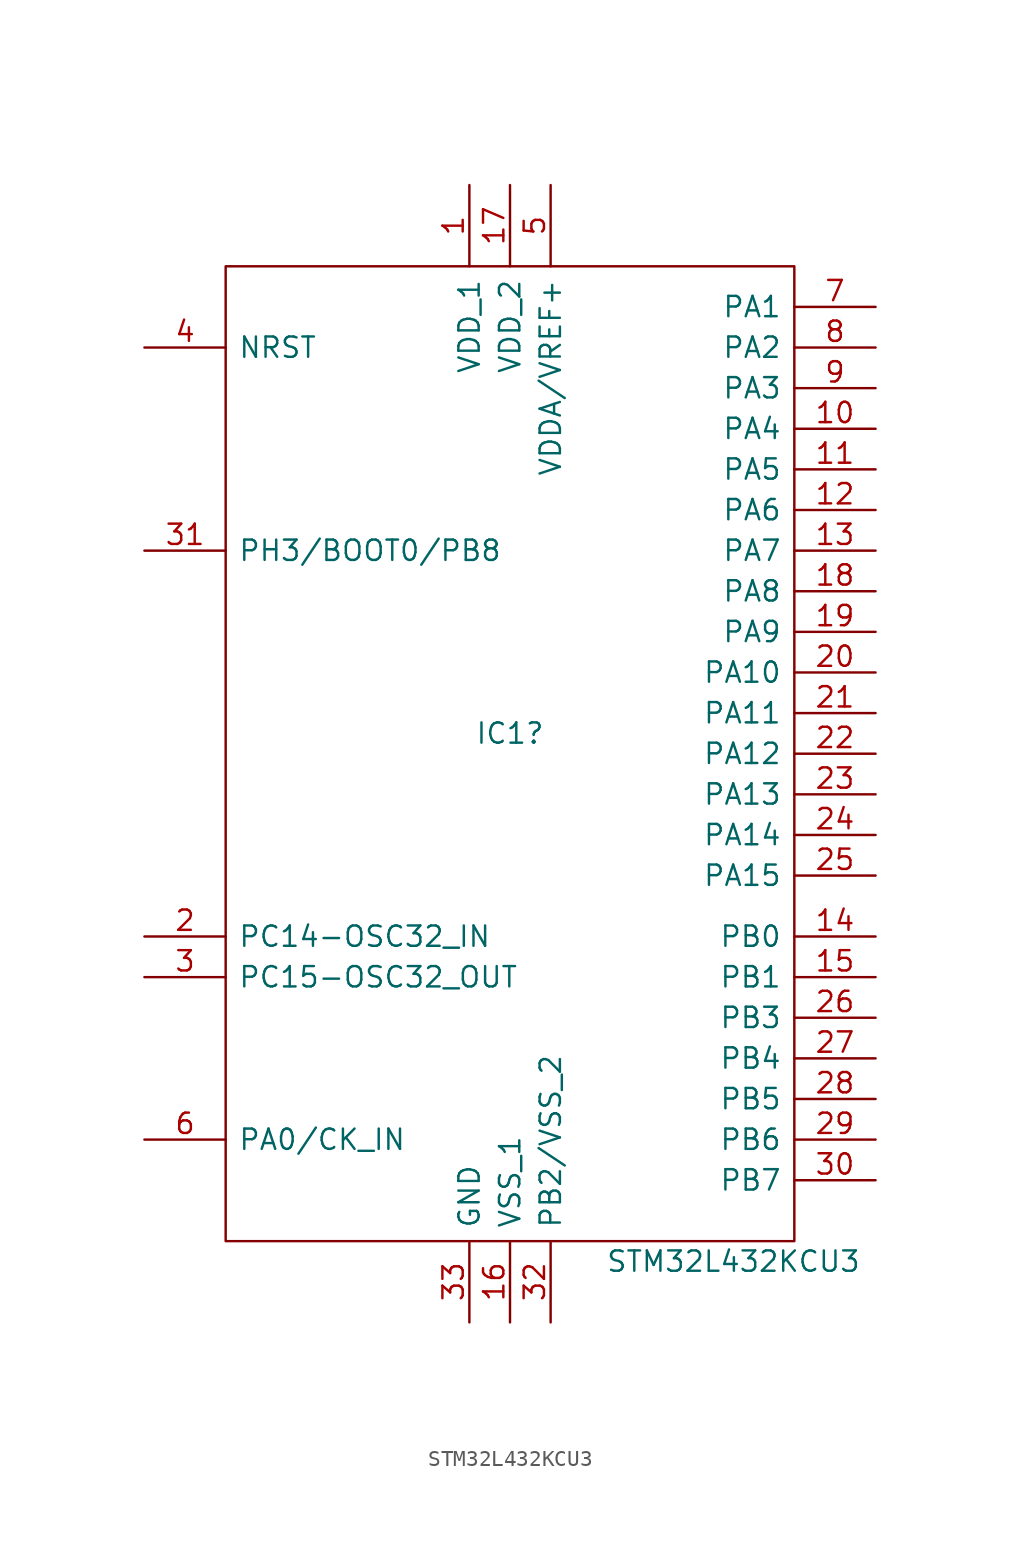
<source format=kicad_sym>
(kicad_symbol_lib
  (version 20211014)
  (generator kicad_symbol_editor)
  (symbol "STM32L432KCU3"
    (pin_names
      (offset 0.762))
    (property "Reference" "IC1"
      (at 22.86 -11.43 0)
      (effects (font (size 1.27 1.27))))
    (property "Value" "STM32L432KCU3"
      (at 36.83 -44.45 0)
      (effects (font (size 1.27 1.27))))
    (symbol "STM32L432KCU3_0_0"
      (pin passive line (at 20.32 22.86 270) (length 5.08) (name "VDD_1" (effects (font (size 1.27 1.27)))) (number "1" (effects (font (size 1.27 1.27)))))
      (pin passive line (at 45.72 7.62 180) (length 5.08) (name "PA4" (effects (font (size 1.27 1.27)))) (number "10" (effects (font (size 1.27 1.27)))))
      (pin passive line (at 45.72 5.08 180) (length 5.08) (name "PA5" (effects (font (size 1.27 1.27)))) (number "11" (effects (font (size 1.27 1.27)))))
      (pin passive line (at 45.72 2.54 180) (length 5.08) (name "PA6" (effects (font (size 1.27 1.27)))) (number "12" (effects (font (size 1.27 1.27)))))
      (pin passive line (at 45.72 0 180) (length 5.08) (name "PA7" (effects (font (size 1.27 1.27)))) (number "13" (effects (font (size 1.27 1.27)))))
      (pin passive line (at 45.72 -24.13 180) (length 5.08) (name "PB0" (effects (font (size 1.27 1.27)))) (number "14" (effects (font (size 1.27 1.27)))))
      (pin passive line (at 45.72 -26.67 180) (length 5.08) (name "PB1" (effects (font (size 1.27 1.27)))) (number "15" (effects (font (size 1.27 1.27)))))
      (pin passive line (at 22.86 -48.26 90) (length 5.08) (name "VSS_1" (effects (font (size 1.27 1.27)))) (number "16" (effects (font (size 1.27 1.27)))))
      (pin passive line (at 22.86 22.86 270) (length 5.08) (name "VDD_2" (effects (font (size 1.27 1.27)))) (number "17" (effects (font (size 1.27 1.27)))))
      (pin passive line (at 45.72 -2.54 180) (length 5.08) (name "PA8" (effects (font (size 1.27 1.27)))) (number "18" (effects (font (size 1.27 1.27)))))
      (pin passive line (at 45.72 -5.08 180) (length 5.08) (name "PA9" (effects (font (size 1.27 1.27)))) (number "19" (effects (font (size 1.27 1.27)))))
      (pin passive line (at 0 -24.13 0) (length 5.08) (name "PC14-OSC32_IN" (effects (font (size 1.27 1.27)))) (number "2" (effects (font (size 1.27 1.27)))))
      (pin passive line (at 45.72 -7.62 180) (length 5.08) (name "PA10" (effects (font (size 1.27 1.27)))) (number "20" (effects (font (size 1.27 1.27)))))
      (pin passive line (at 45.72 -10.16 180) (length 5.08) (name "PA11" (effects (font (size 1.27 1.27)))) (number "21" (effects (font (size 1.27 1.27)))))
      (pin passive line (at 45.72 -12.7 180) (length 5.08) (name "PA12" (effects (font (size 1.27 1.27)))) (number "22" (effects (font (size 1.27 1.27)))))
      (pin passive line (at 45.72 -15.24 180) (length 5.08) (name "PA13" (effects (font (size 1.27 1.27)))) (number "23" (effects (font (size 1.27 1.27)))))
      (pin passive line (at 45.72 -17.78 180) (length 5.08) (name "PA14" (effects (font (size 1.27 1.27)))) (number "24" (effects (font (size 1.27 1.27)))))
      (pin passive line (at 45.72 -20.32 180) (length 5.08) (name "PA15" (effects (font (size 1.27 1.27)))) (number "25" (effects (font (size 1.27 1.27)))))
      (pin passive line (at 45.72 -29.21 180) (length 5.08) (name "PB3" (effects (font (size 1.27 1.27)))) (number "26" (effects (font (size 1.27 1.27)))))
      (pin passive line (at 45.72 -31.75 180) (length 5.08) (name "PB4" (effects (font (size 1.27 1.27)))) (number "27" (effects (font (size 1.27 1.27)))))
      (pin passive line (at 45.72 -34.29 180) (length 5.08) (name "PB5" (effects (font (size 1.27 1.27)))) (number "28" (effects (font (size 1.27 1.27)))))
      (pin passive line (at 45.72 -36.83 180) (length 5.08) (name "PB6" (effects (font (size 1.27 1.27)))) (number "29" (effects (font (size 1.27 1.27)))))
      (pin passive line (at 0 -26.67 0) (length 5.08) (name "PC15-OSC32_OUT" (effects (font (size 1.27 1.27)))) (number "3" (effects (font (size 1.27 1.27)))))
      (pin passive line (at 45.72 -39.37 180) (length 5.08) (name "PB7" (effects (font (size 1.27 1.27)))) (number "30" (effects (font (size 1.27 1.27)))))
      (pin passive line (at 0 0 0) (length 5.08) (name "PH3/BOOT0/PB8" (effects (font (size 1.27 1.27)))) (number "31" (effects (font (size 1.27 1.27)))))
      (pin passive line (at 25.4 -48.26 90) (length 5.08) (name "PB2/VSS_2" (effects (font (size 1.27 1.27)))) (number "32" (effects (font (size 1.27 1.27)))))
      (pin passive line (at 20.32 -48.26 90) (length 5.08) (name "GND" (effects (font (size 1.27 1.27)))) (number "33" (effects (font (size 1.27 1.27)))))
      (pin passive line (at 0 12.7 0) (length 5.08) (name "NRST" (effects (font (size 1.27 1.27)))) (number "4" (effects (font (size 1.27 1.27)))))
      (pin passive line (at 25.4 22.86 270) (length 5.08) (name "VDDA/VREF+" (effects (font (size 1.27 1.27)))) (number "5" (effects (font (size 1.27 1.27)))))
      (pin passive line (at 0 -36.83 0) (length 5.08) (name "PA0/CK_IN" (effects (font (size 1.27 1.27)))) (number "6" (effects (font (size 1.27 1.27)))))
      (pin passive line (at 45.72 15.24 180) (length 5.08) (name "PA1" (effects (font (size 1.27 1.27)))) (number "7" (effects (font (size 1.27 1.27)))))
      (pin passive line (at 45.72 12.7 180) (length 5.08) (name "PA2" (effects (font (size 1.27 1.27)))) (number "8" (effects (font (size 1.27 1.27)))))
      (pin passive line (at 45.72 10.16 180) (length 5.08) (name "PA3" (effects (font (size 1.27 1.27)))) (number "9" (effects (font (size 1.27 1.27))))))
    (symbol "STM32L432KCU3_0_1"
      (rectangle (start 5.08 17.78) (end 40.64 -43.18) (stroke (width 0.152) (type default) (color 0 0 0 0)) (fill (type none))))))
</source>
